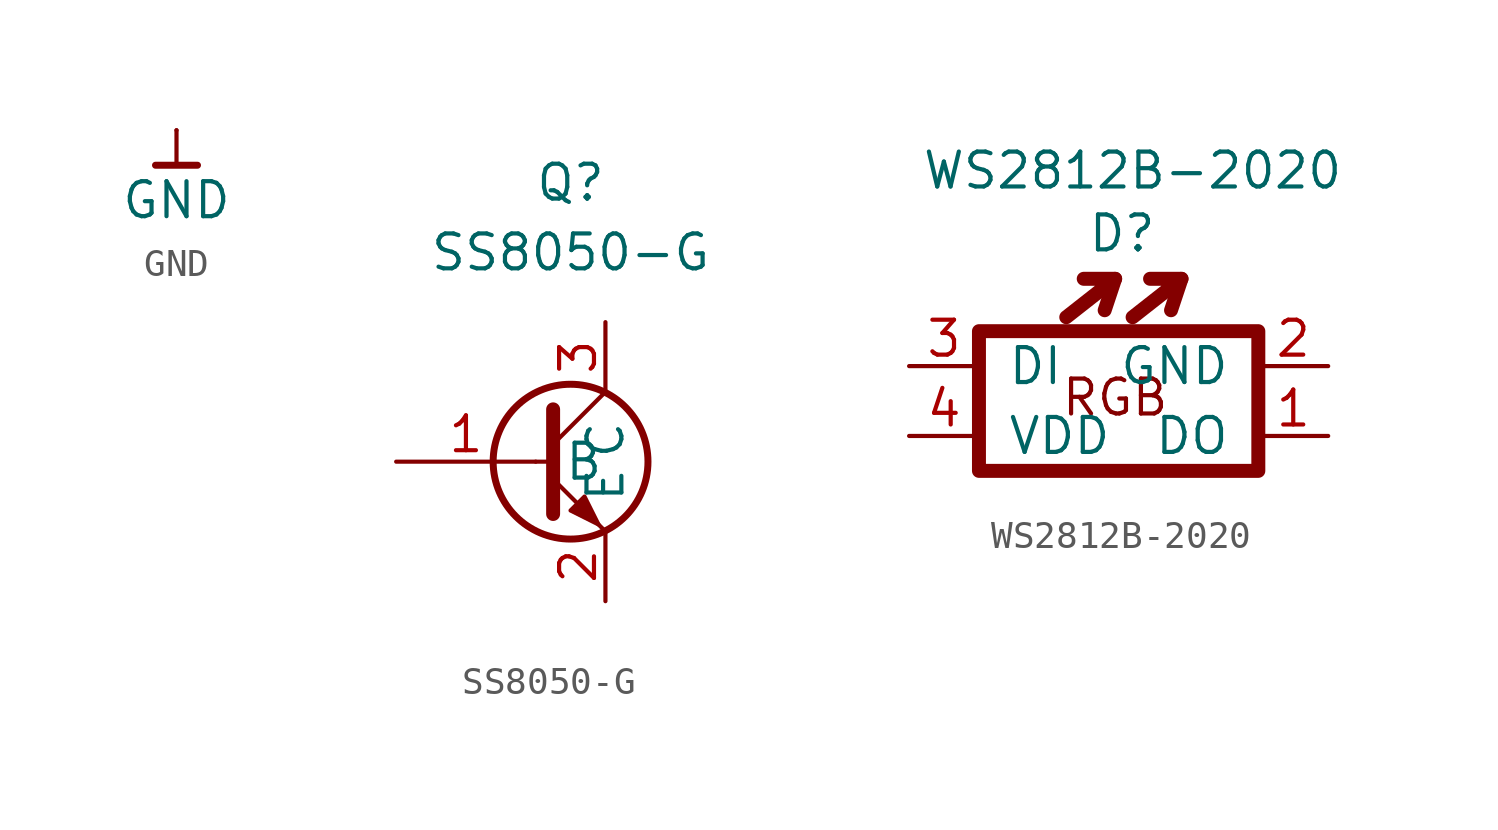
<source format=kicad_sym>
(kicad_symbol_lib
  (version 20231120)
  (generator "kicad_symbol_editor")
  (generator_version "8.0")
  (symbol "GND"
    (power)
    (pin_numbers hide)
    (pin_names
      (offset 0) hide)
    (property "Reference" "#PWR"
      (at 0 -2.54 0)
      (effects (font (size 1.27 1.27)) (hide yes)))
    (property "Value" "GND"
      (at 0 -2.54 0)
      (effects (font (size 1.27 1.27))))
    (symbol "GND_0_1"
      (polyline (pts (xy 0 -1.27) (xy 0 0)) (stroke (width 0) (type default)) (fill (type none))))
    (symbol "GND_1_1"
      (polyline (pts (xy 0.762 -1.27) (xy -0.762 -1.27)) (stroke (width 0.254) (type default)) (fill (type none)))
      (pin power_in line (at 0 0 270) (length 0) (name "~" (effects (font (size 1.27 1.27)))) (number "1" (effects (font (size 1.27 1.27)))))))
  (symbol "SS8050-G"
    (pin_names
      (offset 1.016))
    (property "Reference" "Q"
      (at 0 10.16 0)
      (effects (font (size 1.27 1.27))))
    (property "Value" "SS8050-G"
      (at 0 7.62 0)
      (effects (font (size 1.27 1.27))))
    (symbol "SS8050-G_1_1"
      (polyline (pts (xy -1.27 0) (xy -0.635 0)) (stroke (width 0) (type default)) (fill (type none)))
      (polyline (pts (xy -0.635 0.635) (xy 1.27 2.54)) (stroke (width 0) (type default)) (fill (type none)))
      (polyline (pts (xy -0.635 -0.635) (xy 1.27 -2.54) (xy 1.27 -2.54)) (stroke (width 0) (type default)) (fill (type none)))
      (polyline (pts (xy -0.635 1.905) (xy -0.635 -1.905) (xy -0.635 -1.905)) (stroke (width 0.508) (type default)) (fill (type none)))
      (polyline (pts (xy 0 -1.778) (xy 0.508 -1.27) (xy 1.016 -2.286) (xy 0 -1.778) (xy 0 -1.778)) (stroke (width 0) (type default)) (fill (type outline)))
      (circle (center 0 0) (radius 2.819) (stroke (width 0.254) (type default)) (fill (type none)))
      (pin input line (at -6.35 0 0) (length 5.08) (name "B" (effects (font (size 1.27 1.27)))) (number "1" (effects (font (size 1.27 1.27)))))
      (pin passive line (at 1.27 -5.08 90) (length 2.54) (name "E" (effects (font (size 1.27 1.27)))) (number "2" (effects (font (size 1.27 1.27)))))
      (pin passive line (at 1.27 5.08 270) (length 2.54) (name "C" (effects (font (size 1.27 1.27)))) (number "3" (effects (font (size 1.27 1.27)))))))
  (symbol "WS2812B-2020"
    (pin_names
      (offset 1.016))
    (property "Reference" "D"
      (at -1.143 3.556 0)
      (effects (font (size 1.27 1.27))))
    (property "Value" "WS2812B-2020"
      (at -0.762 5.842 0)
      (effects (font (size 1.27 1.27))))
    (symbol "WS2812B-2020_0_0"
      (text "RGB" (at -1.397 -2.413 0) (effects (font (size 1.27 1.27)))))
    (symbol "WS2812B-2020_0_1"
      (rectangle (start -6.35 0) (end 3.81 -5.08) (stroke (width 0.508) (type default)) (fill (type none)))
      (polyline (pts (xy 1.016 1.905) (xy 0.635 0.762)) (stroke (width 0.508) (type default)) (fill (type none)))
      (polyline (pts (xy -0.762 0.508) (xy 1.016 1.905) (xy -0.127 1.905)) (stroke (width 0.508) (type default)) (fill (type none))))
    (symbol "WS2812B-2020_1_1"
      (polyline (pts (xy -1.397 1.905) (xy -1.778 0.762)) (stroke (width 0.508) (type default)) (fill (type none)))
      (polyline (pts (xy -3.175 0.508) (xy -1.397 1.905) (xy -2.54 1.905)) (stroke (width 0.508) (type default)) (fill (type none)))
      (pin output line (at 6.35 -3.81 180) (length 2.54) (name "DO" (effects (font (size 1.27 1.27)))) (number "1" (effects (font (size 1.27 1.27)))))
      (pin passive line (at 6.35 -1.27 180) (length 2.54) (name "GND" (effects (font (size 1.27 1.27)))) (number "2" (effects (font (size 1.27 1.27)))))
      (pin input line (at -8.89 -1.27 0) (length 2.54) (name "DI" (effects (font (size 1.27 1.27)))) (number "3" (effects (font (size 1.27 1.27)))))
      (pin passive line (at -8.89 -3.81 0) (length 2.54) (name "VDD" (effects (font (size 1.27 1.27)))) (number "4" (effects (font (size 1.27 1.27))))))))
</source>
